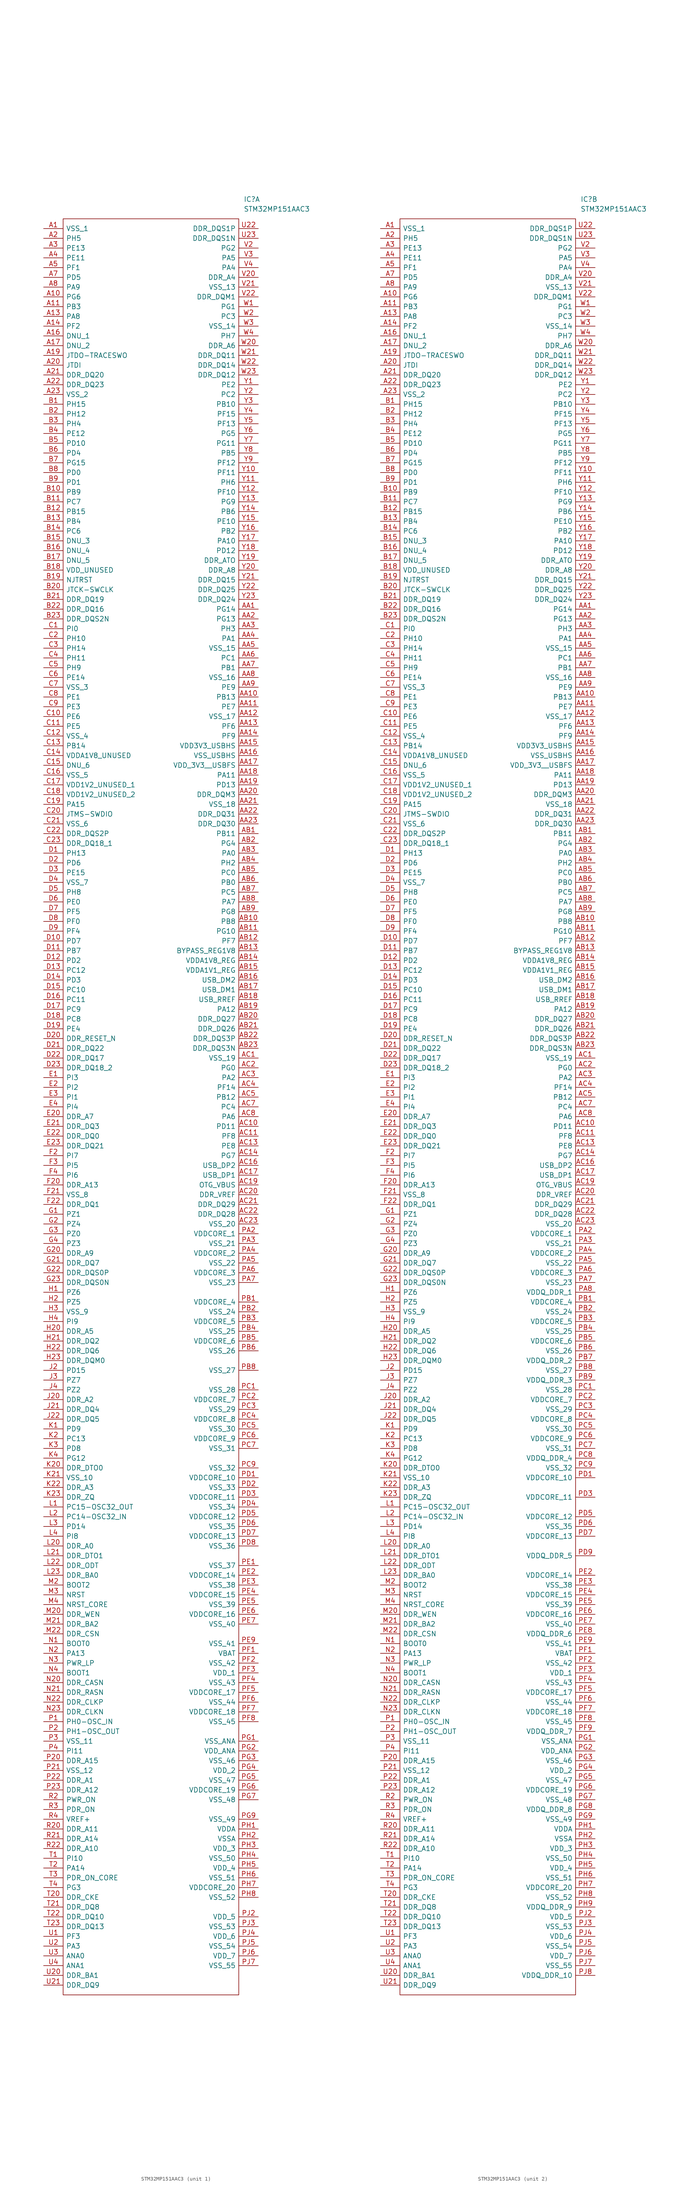
<source format=kicad_sym>
(kicad_symbol_lib
  (version 20211014)
  (generator kicad_symbol_editor)
  (symbol "STM32MP151AAC3"
    (pin_names
      (offset 0.762))
    (property "Reference" "IC"
      (at 52.07 7.62 0)
      (effects (font (size 1.27 1.27)) (justify left)))
    (property "Value" "STM32MP151AAC3"
      (at 52.07 5.08 0)
      (effects (font (size 1.27 1.27)) (justify left)))
    (symbol "STM32MP151AAC3_0_0"
      (pin passive line (at 0 0 0) (length 5.08) (name "VSS_1" (effects (font (size 1.27 1.27)))) (number "A1" (effects (font (size 1.27 1.27)))))
      (pin passive line (at 0 -17.78 0) (length 5.08) (name "PG6" (effects (font (size 1.27 1.27)))) (number "A10" (effects (font (size 1.27 1.27)))))
      (pin passive line (at 0 -20.32 0) (length 5.08) (name "PB3" (effects (font (size 1.27 1.27)))) (number "A11" (effects (font (size 1.27 1.27)))))
      (pin passive line (at 0 -22.86 0) (length 5.08) (name "PA8" (effects (font (size 1.27 1.27)))) (number "A13" (effects (font (size 1.27 1.27)))))
      (pin passive line (at 0 -25.4 0) (length 5.08) (name "PF2" (effects (font (size 1.27 1.27)))) (number "A14" (effects (font (size 1.27 1.27)))))
      (pin passive line (at 0 -27.94 0) (length 5.08) (name "DNU_1" (effects (font (size 1.27 1.27)))) (number "A16" (effects (font (size 1.27 1.27)))))
      (pin passive line (at 0 -30.48 0) (length 5.08) (name "DNU_2" (effects (font (size 1.27 1.27)))) (number "A17" (effects (font (size 1.27 1.27)))))
      (pin passive line (at 0 -33.02 0) (length 5.08) (name "JTDO-TRACESWO" (effects (font (size 1.27 1.27)))) (number "A19" (effects (font (size 1.27 1.27)))))
      (pin passive line (at 0 -2.54 0) (length 5.08) (name "PH5" (effects (font (size 1.27 1.27)))) (number "A2" (effects (font (size 1.27 1.27)))))
      (pin passive line (at 0 -35.56 0) (length 5.08) (name "JTDI" (effects (font (size 1.27 1.27)))) (number "A20" (effects (font (size 1.27 1.27)))))
      (pin passive line (at 0 -38.1 0) (length 5.08) (name "DDR_DQ20" (effects (font (size 1.27 1.27)))) (number "A21" (effects (font (size 1.27 1.27)))))
      (pin passive line (at 0 -40.64 0) (length 5.08) (name "DDR_DQ23" (effects (font (size 1.27 1.27)))) (number "A22" (effects (font (size 1.27 1.27)))))
      (pin passive line (at 0 -43.18 0) (length 5.08) (name "VSS_2" (effects (font (size 1.27 1.27)))) (number "A23" (effects (font (size 1.27 1.27)))))
      (pin passive line (at 0 -5.08 0) (length 5.08) (name "PE13" (effects (font (size 1.27 1.27)))) (number "A3" (effects (font (size 1.27 1.27)))))
      (pin passive line (at 0 -7.62 0) (length 5.08) (name "PE11" (effects (font (size 1.27 1.27)))) (number "A4" (effects (font (size 1.27 1.27)))))
      (pin passive line (at 0 -10.16 0) (length 5.08) (name "PF1" (effects (font (size 1.27 1.27)))) (number "A5" (effects (font (size 1.27 1.27)))))
      (pin passive line (at 0 -12.7 0) (length 5.08) (name "PD5" (effects (font (size 1.27 1.27)))) (number "A7" (effects (font (size 1.27 1.27)))))
      (pin passive line (at 0 -15.24 0) (length 5.08) (name "PA9" (effects (font (size 1.27 1.27)))) (number "A8" (effects (font (size 1.27 1.27)))))
      (pin passive line (at 55.88 -99.06 180) (length 5.08) (name "PG14" (effects (font (size 1.27 1.27)))) (number "AA1" (effects (font (size 1.27 1.27)))))
      (pin passive line (at 55.88 -121.92 180) (length 5.08) (name "PB13" (effects (font (size 1.27 1.27)))) (number "AA10" (effects (font (size 1.27 1.27)))))
      (pin passive line (at 55.88 -124.46 180) (length 5.08) (name "PE7" (effects (font (size 1.27 1.27)))) (number "AA11" (effects (font (size 1.27 1.27)))))
      (pin passive line (at 55.88 -127 180) (length 5.08) (name "VSS_17" (effects (font (size 1.27 1.27)))) (number "AA12" (effects (font (size 1.27 1.27)))))
      (pin passive line (at 55.88 -129.54 180) (length 5.08) (name "PF6" (effects (font (size 1.27 1.27)))) (number "AA13" (effects (font (size 1.27 1.27)))))
      (pin passive line (at 55.88 -132.08 180) (length 5.08) (name "PF9" (effects (font (size 1.27 1.27)))) (number "AA14" (effects (font (size 1.27 1.27)))))
      (pin passive line (at 55.88 -134.62 180) (length 5.08) (name "VDD3V3_USBHS" (effects (font (size 1.27 1.27)))) (number "AA15" (effects (font (size 1.27 1.27)))))
      (pin passive line (at 55.88 -137.16 180) (length 5.08) (name "VSS_USBHS" (effects (font (size 1.27 1.27)))) (number "AA16" (effects (font (size 1.27 1.27)))))
      (pin passive line (at 55.88 -139.7 180) (length 5.08) (name "VDD_3V3__USBFS" (effects (font (size 1.27 1.27)))) (number "AA17" (effects (font (size 1.27 1.27)))))
      (pin passive line (at 55.88 -142.24 180) (length 5.08) (name "PA11" (effects (font (size 1.27 1.27)))) (number "AA18" (effects (font (size 1.27 1.27)))))
      (pin passive line (at 55.88 -144.78 180) (length 5.08) (name "PD13" (effects (font (size 1.27 1.27)))) (number "AA19" (effects (font (size 1.27 1.27)))))
      (pin passive line (at 55.88 -101.6 180) (length 5.08) (name "PG13" (effects (font (size 1.27 1.27)))) (number "AA2" (effects (font (size 1.27 1.27)))))
      (pin passive line (at 55.88 -147.32 180) (length 5.08) (name "DDR_DQM3" (effects (font (size 1.27 1.27)))) (number "AA20" (effects (font (size 1.27 1.27)))))
      (pin passive line (at 55.88 -149.86 180) (length 5.08) (name "VSS_18" (effects (font (size 1.27 1.27)))) (number "AA21" (effects (font (size 1.27 1.27)))))
      (pin passive line (at 55.88 -152.4 180) (length 5.08) (name "DDR_DQ31" (effects (font (size 1.27 1.27)))) (number "AA22" (effects (font (size 1.27 1.27)))))
      (pin passive line (at 55.88 -154.94 180) (length 5.08) (name "DDR_DQ30" (effects (font (size 1.27 1.27)))) (number "AA23" (effects (font (size 1.27 1.27)))))
      (pin passive line (at 55.88 -104.14 180) (length 5.08) (name "PH3" (effects (font (size 1.27 1.27)))) (number "AA3" (effects (font (size 1.27 1.27)))))
      (pin passive line (at 55.88 -106.68 180) (length 5.08) (name "PA1" (effects (font (size 1.27 1.27)))) (number "AA4" (effects (font (size 1.27 1.27)))))
      (pin passive line (at 55.88 -109.22 180) (length 5.08) (name "VSS_15" (effects (font (size 1.27 1.27)))) (number "AA5" (effects (font (size 1.27 1.27)))))
      (pin passive line (at 55.88 -111.76 180) (length 5.08) (name "PC1" (effects (font (size 1.27 1.27)))) (number "AA6" (effects (font (size 1.27 1.27)))))
      (pin passive line (at 55.88 -114.3 180) (length 5.08) (name "PB1" (effects (font (size 1.27 1.27)))) (number "AA7" (effects (font (size 1.27 1.27)))))
      (pin passive line (at 55.88 -116.84 180) (length 5.08) (name "VSS_16" (effects (font (size 1.27 1.27)))) (number "AA8" (effects (font (size 1.27 1.27)))))
      (pin passive line (at 55.88 -119.38 180) (length 5.08) (name "PE9" (effects (font (size 1.27 1.27)))) (number "AA9" (effects (font (size 1.27 1.27)))))
      (pin passive line (at 55.88 -157.48 180) (length 5.08) (name "PB11" (effects (font (size 1.27 1.27)))) (number "AB1" (effects (font (size 1.27 1.27)))))
      (pin passive line (at 55.88 -180.34 180) (length 5.08) (name "PB8" (effects (font (size 1.27 1.27)))) (number "AB10" (effects (font (size 1.27 1.27)))))
      (pin passive line (at 55.88 -182.88 180) (length 5.08) (name "PG10" (effects (font (size 1.27 1.27)))) (number "AB11" (effects (font (size 1.27 1.27)))))
      (pin passive line (at 55.88 -185.42 180) (length 5.08) (name "PF7" (effects (font (size 1.27 1.27)))) (number "AB12" (effects (font (size 1.27 1.27)))))
      (pin passive line (at 55.88 -187.96 180) (length 5.08) (name "BYPASS_REG1V8" (effects (font (size 1.27 1.27)))) (number "AB13" (effects (font (size 1.27 1.27)))))
      (pin passive line (at 55.88 -190.5 180) (length 5.08) (name "VDDA1V8_REG" (effects (font (size 1.27 1.27)))) (number "AB14" (effects (font (size 1.27 1.27)))))
      (pin passive line (at 55.88 -193.04 180) (length 5.08) (name "VDDA1V1_REG" (effects (font (size 1.27 1.27)))) (number "AB15" (effects (font (size 1.27 1.27)))))
      (pin passive line (at 55.88 -195.58 180) (length 5.08) (name "USB_DM2" (effects (font (size 1.27 1.27)))) (number "AB16" (effects (font (size 1.27 1.27)))))
      (pin passive line (at 55.88 -198.12 180) (length 5.08) (name "USB_DM1" (effects (font (size 1.27 1.27)))) (number "AB17" (effects (font (size 1.27 1.27)))))
      (pin passive line (at 55.88 -200.66 180) (length 5.08) (name "USB_RREF" (effects (font (size 1.27 1.27)))) (number "AB18" (effects (font (size 1.27 1.27)))))
      (pin passive line (at 55.88 -203.2 180) (length 5.08) (name "PA12" (effects (font (size 1.27 1.27)))) (number "AB19" (effects (font (size 1.27 1.27)))))
      (pin passive line (at 55.88 -160.02 180) (length 5.08) (name "PG4" (effects (font (size 1.27 1.27)))) (number "AB2" (effects (font (size 1.27 1.27)))))
      (pin passive line (at 55.88 -205.74 180) (length 5.08) (name "DDR_DQ27" (effects (font (size 1.27 1.27)))) (number "AB20" (effects (font (size 1.27 1.27)))))
      (pin passive line (at 55.88 -208.28 180) (length 5.08) (name "DDR_DQ26" (effects (font (size 1.27 1.27)))) (number "AB21" (effects (font (size 1.27 1.27)))))
      (pin passive line (at 55.88 -210.82 180) (length 5.08) (name "DDR_DQS3P" (effects (font (size 1.27 1.27)))) (number "AB22" (effects (font (size 1.27 1.27)))))
      (pin passive line (at 55.88 -213.36 180) (length 5.08) (name "DDR_DQS3N" (effects (font (size 1.27 1.27)))) (number "AB23" (effects (font (size 1.27 1.27)))))
      (pin passive line (at 55.88 -162.56 180) (length 5.08) (name "PA0" (effects (font (size 1.27 1.27)))) (number "AB3" (effects (font (size 1.27 1.27)))))
      (pin passive line (at 55.88 -165.1 180) (length 5.08) (name "PH2" (effects (font (size 1.27 1.27)))) (number "AB4" (effects (font (size 1.27 1.27)))))
      (pin passive line (at 55.88 -167.64 180) (length 5.08) (name "PC0" (effects (font (size 1.27 1.27)))) (number "AB5" (effects (font (size 1.27 1.27)))))
      (pin passive line (at 55.88 -170.18 180) (length 5.08) (name "PB0" (effects (font (size 1.27 1.27)))) (number "AB6" (effects (font (size 1.27 1.27)))))
      (pin passive line (at 55.88 -172.72 180) (length 5.08) (name "PC5" (effects (font (size 1.27 1.27)))) (number "AB7" (effects (font (size 1.27 1.27)))))
      (pin passive line (at 55.88 -175.26 180) (length 5.08) (name "PA7" (effects (font (size 1.27 1.27)))) (number "AB8" (effects (font (size 1.27 1.27)))))
      (pin passive line (at 55.88 -177.8 180) (length 5.08) (name "PG8" (effects (font (size 1.27 1.27)))) (number "AB9" (effects (font (size 1.27 1.27)))))
      (pin passive line (at 55.88 -215.9 180) (length 5.08) (name "VSS_19" (effects (font (size 1.27 1.27)))) (number "AC1" (effects (font (size 1.27 1.27)))))
      (pin passive line (at 55.88 -233.68 180) (length 5.08) (name "PD11" (effects (font (size 1.27 1.27)))) (number "AC10" (effects (font (size 1.27 1.27)))))
      (pin passive line (at 55.88 -236.22 180) (length 5.08) (name "PF8" (effects (font (size 1.27 1.27)))) (number "AC11" (effects (font (size 1.27 1.27)))))
      (pin passive line (at 55.88 -238.76 180) (length 5.08) (name "PE8" (effects (font (size 1.27 1.27)))) (number "AC13" (effects (font (size 1.27 1.27)))))
      (pin passive line (at 55.88 -241.3 180) (length 5.08) (name "PG7" (effects (font (size 1.27 1.27)))) (number "AC14" (effects (font (size 1.27 1.27)))))
      (pin passive line (at 55.88 -243.84 180) (length 5.08) (name "USB_DP2" (effects (font (size 1.27 1.27)))) (number "AC16" (effects (font (size 1.27 1.27)))))
      (pin passive line (at 55.88 -246.38 180) (length 5.08) (name "USB_DP1" (effects (font (size 1.27 1.27)))) (number "AC17" (effects (font (size 1.27 1.27)))))
      (pin passive line (at 55.88 -248.92 180) (length 5.08) (name "OTG_VBUS" (effects (font (size 1.27 1.27)))) (number "AC19" (effects (font (size 1.27 1.27)))))
      (pin passive line (at 55.88 -218.44 180) (length 5.08) (name "PG0" (effects (font (size 1.27 1.27)))) (number "AC2" (effects (font (size 1.27 1.27)))))
      (pin passive line (at 55.88 -251.46 180) (length 5.08) (name "DDR_VREF" (effects (font (size 1.27 1.27)))) (number "AC20" (effects (font (size 1.27 1.27)))))
      (pin passive line (at 55.88 -254 180) (length 5.08) (name "DDR_DQ29" (effects (font (size 1.27 1.27)))) (number "AC21" (effects (font (size 1.27 1.27)))))
      (pin passive line (at 55.88 -256.54 180) (length 5.08) (name "DDR_DQ28" (effects (font (size 1.27 1.27)))) (number "AC22" (effects (font (size 1.27 1.27)))))
      (pin passive line (at 55.88 -259.08 180) (length 5.08) (name "VSS_20" (effects (font (size 1.27 1.27)))) (number "AC23" (effects (font (size 1.27 1.27)))))
      (pin passive line (at 55.88 -220.98 180) (length 5.08) (name "PA2" (effects (font (size 1.27 1.27)))) (number "AC3" (effects (font (size 1.27 1.27)))))
      (pin passive line (at 55.88 -223.52 180) (length 5.08) (name "PF14" (effects (font (size 1.27 1.27)))) (number "AC4" (effects (font (size 1.27 1.27)))))
      (pin passive line (at 55.88 -226.06 180) (length 5.08) (name "PB12" (effects (font (size 1.27 1.27)))) (number "AC5" (effects (font (size 1.27 1.27)))))
      (pin passive line (at 55.88 -228.6 180) (length 5.08) (name "PC4" (effects (font (size 1.27 1.27)))) (number "AC7" (effects (font (size 1.27 1.27)))))
      (pin passive line (at 55.88 -231.14 180) (length 5.08) (name "PA6" (effects (font (size 1.27 1.27)))) (number "AC8" (effects (font (size 1.27 1.27)))))
      (pin passive line (at 0 -45.72 0) (length 5.08) (name "PH15" (effects (font (size 1.27 1.27)))) (number "B1" (effects (font (size 1.27 1.27)))))
      (pin passive line (at 0 -68.58 0) (length 5.08) (name "PB9" (effects (font (size 1.27 1.27)))) (number "B10" (effects (font (size 1.27 1.27)))))
      (pin passive line (at 0 -71.12 0) (length 5.08) (name "PC7" (effects (font (size 1.27 1.27)))) (number "B11" (effects (font (size 1.27 1.27)))))
      (pin passive line (at 0 -73.66 0) (length 5.08) (name "PB15" (effects (font (size 1.27 1.27)))) (number "B12" (effects (font (size 1.27 1.27)))))
      (pin passive line (at 0 -76.2 0) (length 5.08) (name "PB4" (effects (font (size 1.27 1.27)))) (number "B13" (effects (font (size 1.27 1.27)))))
      (pin passive line (at 0 -78.74 0) (length 5.08) (name "PC6" (effects (font (size 1.27 1.27)))) (number "B14" (effects (font (size 1.27 1.27)))))
      (pin passive line (at 0 -81.28 0) (length 5.08) (name "DNU_3" (effects (font (size 1.27 1.27)))) (number "B15" (effects (font (size 1.27 1.27)))))
      (pin passive line (at 0 -83.82 0) (length 5.08) (name "DNU_4" (effects (font (size 1.27 1.27)))) (number "B16" (effects (font (size 1.27 1.27)))))
      (pin passive line (at 0 -86.36 0) (length 5.08) (name "DNU_5" (effects (font (size 1.27 1.27)))) (number "B17" (effects (font (size 1.27 1.27)))))
      (pin passive line (at 0 -88.9 0) (length 5.08) (name "VDD_UNUSED" (effects (font (size 1.27 1.27)))) (number "B18" (effects (font (size 1.27 1.27)))))
      (pin passive line (at 0 -91.44 0) (length 5.08) (name "NJTRST" (effects (font (size 1.27 1.27)))) (number "B19" (effects (font (size 1.27 1.27)))))
      (pin passive line (at 0 -48.26 0) (length 5.08) (name "PH12" (effects (font (size 1.27 1.27)))) (number "B2" (effects (font (size 1.27 1.27)))))
      (pin passive line (at 0 -93.98 0) (length 5.08) (name "JTCK-SWCLK" (effects (font (size 1.27 1.27)))) (number "B20" (effects (font (size 1.27 1.27)))))
      (pin passive line (at 0 -96.52 0) (length 5.08) (name "DDR_DQ19" (effects (font (size 1.27 1.27)))) (number "B21" (effects (font (size 1.27 1.27)))))
      (pin passive line (at 0 -99.06 0) (length 5.08) (name "DDR_DQ16" (effects (font (size 1.27 1.27)))) (number "B22" (effects (font (size 1.27 1.27)))))
      (pin passive line (at 0 -101.6 0) (length 5.08) (name "DDR_DQS2N" (effects (font (size 1.27 1.27)))) (number "B23" (effects (font (size 1.27 1.27)))))
      (pin passive line (at 0 -50.8 0) (length 5.08) (name "PH4" (effects (font (size 1.27 1.27)))) (number "B3" (effects (font (size 1.27 1.27)))))
      (pin passive line (at 0 -53.34 0) (length 5.08) (name "PE12" (effects (font (size 1.27 1.27)))) (number "B4" (effects (font (size 1.27 1.27)))))
      (pin passive line (at 0 -55.88 0) (length 5.08) (name "PD10" (effects (font (size 1.27 1.27)))) (number "B5" (effects (font (size 1.27 1.27)))))
      (pin passive line (at 0 -58.42 0) (length 5.08) (name "PD4" (effects (font (size 1.27 1.27)))) (number "B6" (effects (font (size 1.27 1.27)))))
      (pin passive line (at 0 -60.96 0) (length 5.08) (name "PG15" (effects (font (size 1.27 1.27)))) (number "B7" (effects (font (size 1.27 1.27)))))
      (pin passive line (at 0 -63.5 0) (length 5.08) (name "PD0" (effects (font (size 1.27 1.27)))) (number "B8" (effects (font (size 1.27 1.27)))))
      (pin passive line (at 0 -66.04 0) (length 5.08) (name "PD1" (effects (font (size 1.27 1.27)))) (number "B9" (effects (font (size 1.27 1.27)))))
      (pin passive line (at 0 -104.14 0) (length 5.08) (name "PI0" (effects (font (size 1.27 1.27)))) (number "C1" (effects (font (size 1.27 1.27)))))
      (pin passive line (at 0 -127 0) (length 5.08) (name "PE6" (effects (font (size 1.27 1.27)))) (number "C10" (effects (font (size 1.27 1.27)))))
      (pin passive line (at 0 -129.54 0) (length 5.08) (name "PE5" (effects (font (size 1.27 1.27)))) (number "C11" (effects (font (size 1.27 1.27)))))
      (pin passive line (at 0 -132.08 0) (length 5.08) (name "VSS_4" (effects (font (size 1.27 1.27)))) (number "C12" (effects (font (size 1.27 1.27)))))
      (pin passive line (at 0 -134.62 0) (length 5.08) (name "PB14" (effects (font (size 1.27 1.27)))) (number "C13" (effects (font (size 1.27 1.27)))))
      (pin passive line (at 0 -137.16 0) (length 5.08) (name "VDDA1V8_UNUSED" (effects (font (size 1.27 1.27)))) (number "C14" (effects (font (size 1.27 1.27)))))
      (pin passive line (at 0 -139.7 0) (length 5.08) (name "DNU_6" (effects (font (size 1.27 1.27)))) (number "C15" (effects (font (size 1.27 1.27)))))
      (pin passive line (at 0 -142.24 0) (length 5.08) (name "VSS_5" (effects (font (size 1.27 1.27)))) (number "C16" (effects (font (size 1.27 1.27)))))
      (pin passive line (at 0 -144.78 0) (length 5.08) (name "VDD1V2_UNUSED_1" (effects (font (size 1.27 1.27)))) (number "C17" (effects (font (size 1.27 1.27)))))
      (pin passive line (at 0 -147.32 0) (length 5.08) (name "VDD1V2_UNUSED_2" (effects (font (size 1.27 1.27)))) (number "C18" (effects (font (size 1.27 1.27)))))
      (pin passive line (at 0 -149.86 0) (length 5.08) (name "PA15" (effects (font (size 1.27 1.27)))) (number "C19" (effects (font (size 1.27 1.27)))))
      (pin passive line (at 0 -106.68 0) (length 5.08) (name "PH10" (effects (font (size 1.27 1.27)))) (number "C2" (effects (font (size 1.27 1.27)))))
      (pin passive line (at 0 -152.4 0) (length 5.08) (name "JTMS-SWDIO" (effects (font (size 1.27 1.27)))) (number "C20" (effects (font (size 1.27 1.27)))))
      (pin passive line (at 0 -154.94 0) (length 5.08) (name "VSS_6" (effects (font (size 1.27 1.27)))) (number "C21" (effects (font (size 1.27 1.27)))))
      (pin passive line (at 0 -157.48 0) (length 5.08) (name "DDR_DQS2P" (effects (font (size 1.27 1.27)))) (number "C22" (effects (font (size 1.27 1.27)))))
      (pin passive line (at 0 -160.02 0) (length 5.08) (name "DDR_DQ18_1" (effects (font (size 1.27 1.27)))) (number "C23" (effects (font (size 1.27 1.27)))))
      (pin passive line (at 0 -109.22 0) (length 5.08) (name "PH14" (effects (font (size 1.27 1.27)))) (number "C3" (effects (font (size 1.27 1.27)))))
      (pin passive line (at 0 -111.76 0) (length 5.08) (name "PH11" (effects (font (size 1.27 1.27)))) (number "C4" (effects (font (size 1.27 1.27)))))
      (pin passive line (at 0 -114.3 0) (length 5.08) (name "PH9" (effects (font (size 1.27 1.27)))) (number "C5" (effects (font (size 1.27 1.27)))))
      (pin passive line (at 0 -116.84 0) (length 5.08) (name "PE14" (effects (font (size 1.27 1.27)))) (number "C6" (effects (font (size 1.27 1.27)))))
      (pin passive line (at 0 -119.38 0) (length 5.08) (name "VSS_3" (effects (font (size 1.27 1.27)))) (number "C7" (effects (font (size 1.27 1.27)))))
      (pin passive line (at 0 -121.92 0) (length 5.08) (name "PE1" (effects (font (size 1.27 1.27)))) (number "C8" (effects (font (size 1.27 1.27)))))
      (pin passive line (at 0 -124.46 0) (length 5.08) (name "PE3" (effects (font (size 1.27 1.27)))) (number "C9" (effects (font (size 1.27 1.27)))))
      (pin passive line (at 0 -162.56 0) (length 5.08) (name "PH13" (effects (font (size 1.27 1.27)))) (number "D1" (effects (font (size 1.27 1.27)))))
      (pin passive line (at 0 -185.42 0) (length 5.08) (name "PD7" (effects (font (size 1.27 1.27)))) (number "D10" (effects (font (size 1.27 1.27)))))
      (pin passive line (at 0 -187.96 0) (length 5.08) (name "PB7" (effects (font (size 1.27 1.27)))) (number "D11" (effects (font (size 1.27 1.27)))))
      (pin passive line (at 0 -190.5 0) (length 5.08) (name "PD2" (effects (font (size 1.27 1.27)))) (number "D12" (effects (font (size 1.27 1.27)))))
      (pin passive line (at 0 -193.04 0) (length 5.08) (name "PC12" (effects (font (size 1.27 1.27)))) (number "D13" (effects (font (size 1.27 1.27)))))
      (pin passive line (at 0 -195.58 0) (length 5.08) (name "PD3" (effects (font (size 1.27 1.27)))) (number "D14" (effects (font (size 1.27 1.27)))))
      (pin passive line (at 0 -198.12 0) (length 5.08) (name "PC10" (effects (font (size 1.27 1.27)))) (number "D15" (effects (font (size 1.27 1.27)))))
      (pin passive line (at 0 -200.66 0) (length 5.08) (name "PC11" (effects (font (size 1.27 1.27)))) (number "D16" (effects (font (size 1.27 1.27)))))
      (pin passive line (at 0 -203.2 0) (length 5.08) (name "PC9" (effects (font (size 1.27 1.27)))) (number "D17" (effects (font (size 1.27 1.27)))))
      (pin passive line (at 0 -205.74 0) (length 5.08) (name "PC8" (effects (font (size 1.27 1.27)))) (number "D18" (effects (font (size 1.27 1.27)))))
      (pin passive line (at 0 -208.28 0) (length 5.08) (name "PE4" (effects (font (size 1.27 1.27)))) (number "D19" (effects (font (size 1.27 1.27)))))
      (pin passive line (at 0 -165.1 0) (length 5.08) (name "PD6" (effects (font (size 1.27 1.27)))) (number "D2" (effects (font (size 1.27 1.27)))))
      (pin passive line (at 0 -210.82 0) (length 5.08) (name "DDR_RESET_N" (effects (font (size 1.27 1.27)))) (number "D20" (effects (font (size 1.27 1.27)))))
      (pin passive line (at 0 -213.36 0) (length 5.08) (name "DDR_DQ22" (effects (font (size 1.27 1.27)))) (number "D21" (effects (font (size 1.27 1.27)))))
      (pin passive line (at 0 -215.9 0) (length 5.08) (name "DDR_DQ17" (effects (font (size 1.27 1.27)))) (number "D22" (effects (font (size 1.27 1.27)))))
      (pin passive line (at 0 -218.44 0) (length 5.08) (name "DDR_DQ18_2" (effects (font (size 1.27 1.27)))) (number "D23" (effects (font (size 1.27 1.27)))))
      (pin passive line (at 0 -167.64 0) (length 5.08) (name "PE15" (effects (font (size 1.27 1.27)))) (number "D3" (effects (font (size 1.27 1.27)))))
      (pin passive line (at 0 -170.18 0) (length 5.08) (name "VSS_7" (effects (font (size 1.27 1.27)))) (number "D4" (effects (font (size 1.27 1.27)))))
      (pin passive line (at 0 -172.72 0) (length 5.08) (name "PH8" (effects (font (size 1.27 1.27)))) (number "D5" (effects (font (size 1.27 1.27)))))
      (pin passive line (at 0 -175.26 0) (length 5.08) (name "PE0" (effects (font (size 1.27 1.27)))) (number "D6" (effects (font (size 1.27 1.27)))))
      (pin passive line (at 0 -177.8 0) (length 5.08) (name "PF5" (effects (font (size 1.27 1.27)))) (number "D7" (effects (font (size 1.27 1.27)))))
      (pin passive line (at 0 -180.34 0) (length 5.08) (name "PF0" (effects (font (size 1.27 1.27)))) (number "D8" (effects (font (size 1.27 1.27)))))
      (pin passive line (at 0 -182.88 0) (length 5.08) (name "PF4" (effects (font (size 1.27 1.27)))) (number "D9" (effects (font (size 1.27 1.27)))))
      (pin passive line (at 0 -220.98 0) (length 5.08) (name "PI3" (effects (font (size 1.27 1.27)))) (number "E1" (effects (font (size 1.27 1.27)))))
      (pin passive line (at 0 -223.52 0) (length 5.08) (name "PI2" (effects (font (size 1.27 1.27)))) (number "E2" (effects (font (size 1.27 1.27)))))
      (pin passive line (at 0 -231.14 0) (length 5.08) (name "DDR_A7" (effects (font (size 1.27 1.27)))) (number "E20" (effects (font (size 1.27 1.27)))))
      (pin passive line (at 0 -233.68 0) (length 5.08) (name "DDR_DQ3" (effects (font (size 1.27 1.27)))) (number "E21" (effects (font (size 1.27 1.27)))))
      (pin passive line (at 0 -236.22 0) (length 5.08) (name "DDR_DQ0" (effects (font (size 1.27 1.27)))) (number "E22" (effects (font (size 1.27 1.27)))))
      (pin passive line (at 0 -238.76 0) (length 5.08) (name "DDR_DQ21" (effects (font (size 1.27 1.27)))) (number "E23" (effects (font (size 1.27 1.27)))))
      (pin passive line (at 0 -226.06 0) (length 5.08) (name "PI1" (effects (font (size 1.27 1.27)))) (number "E3" (effects (font (size 1.27 1.27)))))
      (pin passive line (at 0 -228.6 0) (length 5.08) (name "PI4" (effects (font (size 1.27 1.27)))) (number "E4" (effects (font (size 1.27 1.27)))))
      (pin passive line (at 0 -241.3 0) (length 5.08) (name "PI7" (effects (font (size 1.27 1.27)))) (number "F2" (effects (font (size 1.27 1.27)))))
      (pin passive line (at 0 -248.92 0) (length 5.08) (name "DDR_A13" (effects (font (size 1.27 1.27)))) (number "F20" (effects (font (size 1.27 1.27)))))
      (pin passive line (at 0 -251.46 0) (length 5.08) (name "VSS_8" (effects (font (size 1.27 1.27)))) (number "F21" (effects (font (size 1.27 1.27)))))
      (pin passive line (at 0 -254 0) (length 5.08) (name "DDR_DQ1" (effects (font (size 1.27 1.27)))) (number "F22" (effects (font (size 1.27 1.27)))))
      (pin passive line (at 0 -243.84 0) (length 5.08) (name "PI5" (effects (font (size 1.27 1.27)))) (number "F3" (effects (font (size 1.27 1.27)))))
      (pin passive line (at 0 -246.38 0) (length 5.08) (name "PI6" (effects (font (size 1.27 1.27)))) (number "F4" (effects (font (size 1.27 1.27)))))
      (pin passive line (at 0 -256.54 0) (length 5.08) (name "PZ1" (effects (font (size 1.27 1.27)))) (number "G1" (effects (font (size 1.27 1.27)))))
      (pin passive line (at 0 -259.08 0) (length 5.08) (name "PZ4" (effects (font (size 1.27 1.27)))) (number "G2" (effects (font (size 1.27 1.27)))))
      (pin passive line (at 0 -266.7 0) (length 5.08) (name "DDR_A9" (effects (font (size 1.27 1.27)))) (number "G20" (effects (font (size 1.27 1.27)))))
      (pin passive line (at 0 -269.24 0) (length 5.08) (name "DDR_DQ7" (effects (font (size 1.27 1.27)))) (number "G21" (effects (font (size 1.27 1.27)))))
      (pin passive line (at 0 -271.78 0) (length 5.08) (name "DDR_DQS0P" (effects (font (size 1.27 1.27)))) (number "G22" (effects (font (size 1.27 1.27)))))
      (pin passive line (at 0 -274.32 0) (length 5.08) (name "DDR_DQS0N" (effects (font (size 1.27 1.27)))) (number "G23" (effects (font (size 1.27 1.27)))))
      (pin passive line (at 0 -261.62 0) (length 5.08) (name "PZ0" (effects (font (size 1.27 1.27)))) (number "G3" (effects (font (size 1.27 1.27)))))
      (pin passive line (at 0 -264.16 0) (length 5.08) (name "PZ3" (effects (font (size 1.27 1.27)))) (number "G4" (effects (font (size 1.27 1.27)))))
      (pin passive line (at 0 -276.86 0) (length 5.08) (name "PZ6" (effects (font (size 1.27 1.27)))) (number "H1" (effects (font (size 1.27 1.27)))))
      (pin passive line (at 0 -279.4 0) (length 5.08) (name "PZ5" (effects (font (size 1.27 1.27)))) (number "H2" (effects (font (size 1.27 1.27)))))
      (pin passive line (at 0 -287.02 0) (length 5.08) (name "DDR_A5" (effects (font (size 1.27 1.27)))) (number "H20" (effects (font (size 1.27 1.27)))))
      (pin passive line (at 0 -289.56 0) (length 5.08) (name "DDR_DQ2" (effects (font (size 1.27 1.27)))) (number "H21" (effects (font (size 1.27 1.27)))))
      (pin passive line (at 0 -292.1 0) (length 5.08) (name "DDR_DQ6" (effects (font (size 1.27 1.27)))) (number "H22" (effects (font (size 1.27 1.27)))))
      (pin passive line (at 0 -294.64 0) (length 5.08) (name "DDR_DQM0" (effects (font (size 1.27 1.27)))) (number "H23" (effects (font (size 1.27 1.27)))))
      (pin passive line (at 0 -281.94 0) (length 5.08) (name "VSS_9" (effects (font (size 1.27 1.27)))) (number "H3" (effects (font (size 1.27 1.27)))))
      (pin passive line (at 0 -284.48 0) (length 5.08) (name "PI9" (effects (font (size 1.27 1.27)))) (number "H4" (effects (font (size 1.27 1.27)))))
      (pin passive line (at 0 -297.18 0) (length 5.08) (name "PD15" (effects (font (size 1.27 1.27)))) (number "J2" (effects (font (size 1.27 1.27)))))
      (pin passive line (at 0 -304.8 0) (length 5.08) (name "DDR_A2" (effects (font (size 1.27 1.27)))) (number "J20" (effects (font (size 1.27 1.27)))))
      (pin passive line (at 0 -307.34 0) (length 5.08) (name "DDR_DQ4" (effects (font (size 1.27 1.27)))) (number "J21" (effects (font (size 1.27 1.27)))))
      (pin passive line (at 0 -309.88 0) (length 5.08) (name "DDR_DQ5" (effects (font (size 1.27 1.27)))) (number "J22" (effects (font (size 1.27 1.27)))))
      (pin passive line (at 0 -299.72 0) (length 5.08) (name "PZ7" (effects (font (size 1.27 1.27)))) (number "J3" (effects (font (size 1.27 1.27)))))
      (pin passive line (at 0 -302.26 0) (length 5.08) (name "PZ2" (effects (font (size 1.27 1.27)))) (number "J4" (effects (font (size 1.27 1.27)))))
      (pin passive line (at 0 -312.42 0) (length 5.08) (name "PD9" (effects (font (size 1.27 1.27)))) (number "K1" (effects (font (size 1.27 1.27)))))
      (pin passive line (at 0 -314.96 0) (length 5.08) (name "PC13" (effects (font (size 1.27 1.27)))) (number "K2" (effects (font (size 1.27 1.27)))))
      (pin passive line (at 0 -322.58 0) (length 5.08) (name "DDR_DTO0" (effects (font (size 1.27 1.27)))) (number "K20" (effects (font (size 1.27 1.27)))))
      (pin passive line (at 0 -325.12 0) (length 5.08) (name "VSS_10" (effects (font (size 1.27 1.27)))) (number "K21" (effects (font (size 1.27 1.27)))))
      (pin passive line (at 0 -327.66 0) (length 5.08) (name "DDR_A3" (effects (font (size 1.27 1.27)))) (number "K22" (effects (font (size 1.27 1.27)))))
      (pin passive line (at 0 -330.2 0) (length 5.08) (name "DDR_ZQ" (effects (font (size 1.27 1.27)))) (number "K23" (effects (font (size 1.27 1.27)))))
      (pin passive line (at 0 -317.5 0) (length 5.08) (name "PD8" (effects (font (size 1.27 1.27)))) (number "K3" (effects (font (size 1.27 1.27)))))
      (pin passive line (at 0 -320.04 0) (length 5.08) (name "PG12" (effects (font (size 1.27 1.27)))) (number "K4" (effects (font (size 1.27 1.27)))))
      (pin passive line (at 0 -332.74 0) (length 5.08) (name "PC15-OSC32_OUT" (effects (font (size 1.27 1.27)))) (number "L1" (effects (font (size 1.27 1.27)))))
      (pin passive line (at 0 -335.28 0) (length 5.08) (name "PC14-OSC32_IN" (effects (font (size 1.27 1.27)))) (number "L2" (effects (font (size 1.27 1.27)))))
      (pin passive line (at 0 -342.9 0) (length 5.08) (name "DDR_A0" (effects (font (size 1.27 1.27)))) (number "L20" (effects (font (size 1.27 1.27)))))
      (pin passive line (at 0 -345.44 0) (length 5.08) (name "DDR_DTO1" (effects (font (size 1.27 1.27)))) (number "L21" (effects (font (size 1.27 1.27)))))
      (pin passive line (at 0 -347.98 0) (length 5.08) (name "DDR_ODT" (effects (font (size 1.27 1.27)))) (number "L22" (effects (font (size 1.27 1.27)))))
      (pin passive line (at 0 -350.52 0) (length 5.08) (name "DDR_BA0" (effects (font (size 1.27 1.27)))) (number "L23" (effects (font (size 1.27 1.27)))))
      (pin passive line (at 0 -337.82 0) (length 5.08) (name "PD14" (effects (font (size 1.27 1.27)))) (number "L3" (effects (font (size 1.27 1.27)))))
      (pin passive line (at 0 -340.36 0) (length 5.08) (name "PI8" (effects (font (size 1.27 1.27)))) (number "L4" (effects (font (size 1.27 1.27)))))
      (pin passive line (at 0 -353.06 0) (length 5.08) (name "BOOT2" (effects (font (size 1.27 1.27)))) (number "M2" (effects (font (size 1.27 1.27)))))
      (pin passive line (at 0 -360.68 0) (length 5.08) (name "DDR_WEN" (effects (font (size 1.27 1.27)))) (number "M20" (effects (font (size 1.27 1.27)))))
      (pin passive line (at 0 -363.22 0) (length 5.08) (name "DDR_BA2" (effects (font (size 1.27 1.27)))) (number "M21" (effects (font (size 1.27 1.27)))))
      (pin passive line (at 0 -365.76 0) (length 5.08) (name "DDR_CSN" (effects (font (size 1.27 1.27)))) (number "M22" (effects (font (size 1.27 1.27)))))
      (pin passive line (at 0 -355.6 0) (length 5.08) (name "NRST" (effects (font (size 1.27 1.27)))) (number "M3" (effects (font (size 1.27 1.27)))))
      (pin passive line (at 0 -358.14 0) (length 5.08) (name "NRST_CORE" (effects (font (size 1.27 1.27)))) (number "M4" (effects (font (size 1.27 1.27)))))
      (pin passive line (at 0 -368.3 0) (length 5.08) (name "BOOT0" (effects (font (size 1.27 1.27)))) (number "N1" (effects (font (size 1.27 1.27)))))
      (pin passive line (at 0 -370.84 0) (length 5.08) (name "PA13" (effects (font (size 1.27 1.27)))) (number "N2" (effects (font (size 1.27 1.27)))))
      (pin passive line (at 0 -378.46 0) (length 5.08) (name "DDR_CASN" (effects (font (size 1.27 1.27)))) (number "N20" (effects (font (size 1.27 1.27)))))
      (pin passive line (at 0 -381 0) (length 5.08) (name "DDR_RASN" (effects (font (size 1.27 1.27)))) (number "N21" (effects (font (size 1.27 1.27)))))
      (pin passive line (at 0 -383.54 0) (length 5.08) (name "DDR_CLKP" (effects (font (size 1.27 1.27)))) (number "N22" (effects (font (size 1.27 1.27)))))
      (pin passive line (at 0 -386.08 0) (length 5.08) (name "DDR_CLKN" (effects (font (size 1.27 1.27)))) (number "N23" (effects (font (size 1.27 1.27)))))
      (pin passive line (at 0 -373.38 0) (length 5.08) (name "PWR_LP" (effects (font (size 1.27 1.27)))) (number "N3" (effects (font (size 1.27 1.27)))))
      (pin passive line (at 0 -375.92 0) (length 5.08) (name "BOOT1" (effects (font (size 1.27 1.27)))) (number "N4" (effects (font (size 1.27 1.27)))))
      (pin passive line (at 0 -388.62 0) (length 5.08) (name "PH0-OSC_IN" (effects (font (size 1.27 1.27)))) (number "P1" (effects (font (size 1.27 1.27)))))
      (pin passive line (at 0 -391.16 0) (length 5.08) (name "PH1-OSC_OUT" (effects (font (size 1.27 1.27)))) (number "P2" (effects (font (size 1.27 1.27)))))
      (pin passive line (at 0 -398.78 0) (length 5.08) (name "DDR_A15" (effects (font (size 1.27 1.27)))) (number "P20" (effects (font (size 1.27 1.27)))))
      (pin passive line (at 0 -401.32 0) (length 5.08) (name "VSS_12" (effects (font (size 1.27 1.27)))) (number "P21" (effects (font (size 1.27 1.27)))))
      (pin passive line (at 0 -403.86 0) (length 5.08) (name "DDR_A1" (effects (font (size 1.27 1.27)))) (number "P22" (effects (font (size 1.27 1.27)))))
      (pin passive line (at 0 -406.4 0) (length 5.08) (name "DDR_A12" (effects (font (size 1.27 1.27)))) (number "P23" (effects (font (size 1.27 1.27)))))
      (pin passive line (at 0 -393.7 0) (length 5.08) (name "VSS_11" (effects (font (size 1.27 1.27)))) (number "P3" (effects (font (size 1.27 1.27)))))
      (pin passive line (at 0 -396.24 0) (length 5.08) (name "PI11" (effects (font (size 1.27 1.27)))) (number "P4" (effects (font (size 1.27 1.27)))))
      (pin passive line (at 55.88 -261.62 180) (length 5.08) (name "VDDCORE_1" (effects (font (size 1.27 1.27)))) (number "PA2" (effects (font (size 1.27 1.27)))))
      (pin passive line (at 55.88 -264.16 180) (length 5.08) (name "VSS_21" (effects (font (size 1.27 1.27)))) (number "PA3" (effects (font (size 1.27 1.27)))))
      (pin passive line (at 55.88 -266.7 180) (length 5.08) (name "VDDCORE_2" (effects (font (size 1.27 1.27)))) (number "PA4" (effects (font (size 1.27 1.27)))))
      (pin passive line (at 55.88 -269.24 180) (length 5.08) (name "VSS_22" (effects (font (size 1.27 1.27)))) (number "PA5" (effects (font (size 1.27 1.27)))))
      (pin passive line (at 55.88 -271.78 180) (length 5.08) (name "VDDCORE_3" (effects (font (size 1.27 1.27)))) (number "PA6" (effects (font (size 1.27 1.27)))))
      (pin passive line (at 55.88 -274.32 180) (length 5.08) (name "VSS_23" (effects (font (size 1.27 1.27)))) (number "PA7" (effects (font (size 1.27 1.27)))))
      (pin passive line (at 55.88 -279.4 180) (length 5.08) (name "VDDCORE_4" (effects (font (size 1.27 1.27)))) (number "PB1" (effects (font (size 1.27 1.27)))))
      (pin passive line (at 55.88 -281.94 180) (length 5.08) (name "VSS_24" (effects (font (size 1.27 1.27)))) (number "PB2" (effects (font (size 1.27 1.27)))))
      (pin passive line (at 55.88 -284.48 180) (length 5.08) (name "VDDCORE_5" (effects (font (size 1.27 1.27)))) (number "PB3" (effects (font (size 1.27 1.27)))))
      (pin passive line (at 55.88 -287.02 180) (length 5.08) (name "VSS_25" (effects (font (size 1.27 1.27)))) (number "PB4" (effects (font (size 1.27 1.27)))))
      (pin passive line (at 55.88 -289.56 180) (length 5.08) (name "VDDCORE_6" (effects (font (size 1.27 1.27)))) (number "PB5" (effects (font (size 1.27 1.27)))))
      (pin passive line (at 55.88 -292.1 180) (length 5.08) (name "VSS_26" (effects (font (size 1.27 1.27)))) (number "PB6" (effects (font (size 1.27 1.27)))))
      (pin passive line (at 55.88 -297.18 180) (length 5.08) (name "VSS_27" (effects (font (size 1.27 1.27)))) (number "PB8" (effects (font (size 1.27 1.27)))))
      (pin passive line (at 55.88 -302.26 180) (length 5.08) (name "VSS_28" (effects (font (size 1.27 1.27)))) (number "PC1" (effects (font (size 1.27 1.27)))))
      (pin passive line (at 55.88 -304.8 180) (length 5.08) (name "VDDCORE_7" (effects (font (size 1.27 1.27)))) (number "PC2" (effects (font (size 1.27 1.27)))))
      (pin passive line (at 55.88 -307.34 180) (length 5.08) (name "VSS_29" (effects (font (size 1.27 1.27)))) (number "PC3" (effects (font (size 1.27 1.27)))))
      (pin passive line (at 55.88 -309.88 180) (length 5.08) (name "VDDCORE_8" (effects (font (size 1.27 1.27)))) (number "PC4" (effects (font (size 1.27 1.27)))))
      (pin passive line (at 55.88 -312.42 180) (length 5.08) (name "VSS_30" (effects (font (size 1.27 1.27)))) (number "PC5" (effects (font (size 1.27 1.27)))))
      (pin passive line (at 55.88 -314.96 180) (length 5.08) (name "VDDCORE_9" (effects (font (size 1.27 1.27)))) (number "PC6" (effects (font (size 1.27 1.27)))))
      (pin passive line (at 55.88 -317.5 180) (length 5.08) (name "VSS_31" (effects (font (size 1.27 1.27)))) (number "PC7" (effects (font (size 1.27 1.27)))))
      (pin passive line (at 55.88 -322.58 180) (length 5.08) (name "VSS_32" (effects (font (size 1.27 1.27)))) (number "PC9" (effects (font (size 1.27 1.27)))))
      (pin passive line (at 55.88 -325.12 180) (length 5.08) (name "VDDCORE_10" (effects (font (size 1.27 1.27)))) (number "PD1" (effects (font (size 1.27 1.27)))))
      (pin passive line (at 55.88 -330.2 180) (length 5.08) (name "VDDCORE_11" (effects (font (size 1.27 1.27)))) (number "PD3" (effects (font (size 1.27 1.27)))))
      (pin passive line (at 55.88 -335.28 180) (length 5.08) (name "VDDCORE_12" (effects (font (size 1.27 1.27)))) (number "PD5" (effects (font (size 1.27 1.27)))))
      (pin passive line (at 55.88 -337.82 180) (length 5.08) (name "VSS_35" (effects (font (size 1.27 1.27)))) (number "PD6" (effects (font (size 1.27 1.27)))))
      (pin passive line (at 55.88 -340.36 180) (length 5.08) (name "VDDCORE_13" (effects (font (size 1.27 1.27)))) (number "PD7" (effects (font (size 1.27 1.27)))))
      (pin passive line (at 55.88 -350.52 180) (length 5.08) (name "VDDCORE_14" (effects (font (size 1.27 1.27)))) (number "PE2" (effects (font (size 1.27 1.27)))))
      (pin passive line (at 55.88 -353.06 180) (length 5.08) (name "VSS_38" (effects (font (size 1.27 1.27)))) (number "PE3" (effects (font (size 1.27 1.27)))))
      (pin passive line (at 55.88 -355.6 180) (length 5.08) (name "VDDCORE_15" (effects (font (size 1.27 1.27)))) (number "PE4" (effects (font (size 1.27 1.27)))))
      (pin passive line (at 55.88 -358.14 180) (length 5.08) (name "VSS_39" (effects (font (size 1.27 1.27)))) (number "PE5" (effects (font (size 1.27 1.27)))))
      (pin passive line (at 55.88 -360.68 180) (length 5.08) (name "VDDCORE_16" (effects (font (size 1.27 1.27)))) (number "PE6" (effects (font (size 1.27 1.27)))))
      (pin passive line (at 55.88 -363.22 180) (length 5.08) (name "VSS_40" (effects (font (size 1.27 1.27)))) (number "PE7" (effects (font (size 1.27 1.27)))))
      (pin passive line (at 55.88 -368.3 180) (length 5.08) (name "VSS_41" (effects (font (size 1.27 1.27)))) (number "PE9" (effects (font (size 1.27 1.27)))))
      (pin passive line (at 55.88 -370.84 180) (length 5.08) (name "VBAT" (effects (font (size 1.27 1.27)))) (number "PF1" (effects (font (size 1.27 1.27)))))
      (pin passive line (at 55.88 -373.38 180) (length 5.08) (name "VSS_42" (effects (font (size 1.27 1.27)))) (number "PF2" (effects (font (size 1.27 1.27)))))
      (pin passive line (at 55.88 -375.92 180) (length 5.08) (name "VDD_1" (effects (font (size 1.27 1.27)))) (number "PF3" (effects (font (size 1.27 1.27)))))
      (pin passive line (at 55.88 -378.46 180) (length 5.08) (name "VSS_43" (effects (font (size 1.27 1.27)))) (number "PF4" (effects (font (size 1.27 1.27)))))
      (pin passive line (at 55.88 -381 180) (length 5.08) (name "VDDCORE_17" (effects (font (size 1.27 1.27)))) (number "PF5" (effects (font (size 1.27 1.27)))))
      (pin passive line (at 55.88 -383.54 180) (length 5.08) (name "VSS_44" (effects (font (size 1.27 1.27)))) (number "PF6" (effects (font (size 1.27 1.27)))))
      (pin passive line (at 55.88 -386.08 180) (length 5.08) (name "VDDCORE_18" (effects (font (size 1.27 1.27)))) (number "PF7" (effects (font (size 1.27 1.27)))))
      (pin passive line (at 55.88 -388.62 180) (length 5.08) (name "VSS_45" (effects (font (size 1.27 1.27)))) (number "PF8" (effects (font (size 1.27 1.27)))))
      (pin passive line (at 55.88 -393.7 180) (length 5.08) (name "VSS_ANA" (effects (font (size 1.27 1.27)))) (number "PG1" (effects (font (size 1.27 1.27)))))
      (pin passive line (at 55.88 -396.24 180) (length 5.08) (name "VDD_ANA" (effects (font (size 1.27 1.27)))) (number "PG2" (effects (font (size 1.27 1.27)))))
      (pin passive line (at 55.88 -398.78 180) (length 5.08) (name "VSS_46" (effects (font (size 1.27 1.27)))) (number "PG3" (effects (font (size 1.27 1.27)))))
      (pin passive line (at 55.88 -401.32 180) (length 5.08) (name "VDD_2" (effects (font (size 1.27 1.27)))) (number "PG4" (effects (font (size 1.27 1.27)))))
      (pin passive line (at 55.88 -403.86 180) (length 5.08) (name "VSS_47" (effects (font (size 1.27 1.27)))) (number "PG5" (effects (font (size 1.27 1.27)))))
      (pin passive line (at 55.88 -406.4 180) (length 5.08) (name "VDDCORE_19" (effects (font (size 1.27 1.27)))) (number "PG6" (effects (font (size 1.27 1.27)))))
      (pin passive line (at 55.88 -408.94 180) (length 5.08) (name "VSS_48" (effects (font (size 1.27 1.27)))) (number "PG7" (effects (font (size 1.27 1.27)))))
      (pin passive line (at 55.88 -414.02 180) (length 5.08) (name "VSS_49" (effects (font (size 1.27 1.27)))) (number "PG9" (effects (font (size 1.27 1.27)))))
      (pin passive line (at 55.88 -416.56 180) (length 5.08) (name "VDDA" (effects (font (size 1.27 1.27)))) (number "PH1" (effects (font (size 1.27 1.27)))))
      (pin passive line (at 55.88 -419.1 180) (length 5.08) (name "VSSA" (effects (font (size 1.27 1.27)))) (number "PH2" (effects (font (size 1.27 1.27)))))
      (pin passive line (at 55.88 -421.64 180) (length 5.08) (name "VDD_3" (effects (font (size 1.27 1.27)))) (number "PH3" (effects (font (size 1.27 1.27)))))
      (pin passive line (at 55.88 -424.18 180) (length 5.08) (name "VSS_50" (effects (font (size 1.27 1.27)))) (number "PH4" (effects (font (size 1.27 1.27)))))
      (pin passive line (at 55.88 -426.72 180) (length 5.08) (name "VDD_4" (effects (font (size 1.27 1.27)))) (number "PH5" (effects (font (size 1.27 1.27)))))
      (pin passive line (at 55.88 -429.26 180) (length 5.08) (name "VSS_51" (effects (font (size 1.27 1.27)))) (number "PH6" (effects (font (size 1.27 1.27)))))
      (pin passive line (at 55.88 -431.8 180) (length 5.08) (name "VDDCORE_20" (effects (font (size 1.27 1.27)))) (number "PH7" (effects (font (size 1.27 1.27)))))
      (pin passive line (at 55.88 -434.34 180) (length 5.08) (name "VSS_52" (effects (font (size 1.27 1.27)))) (number "PH8" (effects (font (size 1.27 1.27)))))
      (pin passive line (at 55.88 -439.42 180) (length 5.08) (name "VDD_5" (effects (font (size 1.27 1.27)))) (number "PJ2" (effects (font (size 1.27 1.27)))))
      (pin passive line (at 55.88 -441.96 180) (length 5.08) (name "VSS_53" (effects (font (size 1.27 1.27)))) (number "PJ3" (effects (font (size 1.27 1.27)))))
      (pin passive line (at 55.88 -444.5 180) (length 5.08) (name "VDD_6" (effects (font (size 1.27 1.27)))) (number "PJ4" (effects (font (size 1.27 1.27)))))
      (pin passive line (at 55.88 -447.04 180) (length 5.08) (name "VSS_54" (effects (font (size 1.27 1.27)))) (number "PJ5" (effects (font (size 1.27 1.27)))))
      (pin passive line (at 55.88 -449.58 180) (length 5.08) (name "VDD_7" (effects (font (size 1.27 1.27)))) (number "PJ6" (effects (font (size 1.27 1.27)))))
      (pin passive line (at 55.88 -452.12 180) (length 5.08) (name "VSS_55" (effects (font (size 1.27 1.27)))) (number "PJ7" (effects (font (size 1.27 1.27)))))
      (pin passive line (at 0 -408.94 0) (length 5.08) (name "PWR_ON" (effects (font (size 1.27 1.27)))) (number "R2" (effects (font (size 1.27 1.27)))))
      (pin passive line (at 0 -416.56 0) (length 5.08) (name "DDR_A11" (effects (font (size 1.27 1.27)))) (number "R20" (effects (font (size 1.27 1.27)))))
      (pin passive line (at 0 -419.1 0) (length 5.08) (name "DDR_A14" (effects (font (size 1.27 1.27)))) (number "R21" (effects (font (size 1.27 1.27)))))
      (pin passive line (at 0 -421.64 0) (length 5.08) (name "DDR_A10" (effects (font (size 1.27 1.27)))) (number "R22" (effects (font (size 1.27 1.27)))))
      (pin passive line (at 0 -411.48 0) (length 5.08) (name "PDR_ON" (effects (font (size 1.27 1.27)))) (number "R3" (effects (font (size 1.27 1.27)))))
      (pin passive line (at 0 -414.02 0) (length 5.08) (name "VREF+" (effects (font (size 1.27 1.27)))) (number "R4" (effects (font (size 1.27 1.27)))))
      (pin passive line (at 0 -424.18 0) (length 5.08) (name "PI10" (effects (font (size 1.27 1.27)))) (number "T1" (effects (font (size 1.27 1.27)))))
      (pin passive line (at 0 -426.72 0) (length 5.08) (name "PA14" (effects (font (size 1.27 1.27)))) (number "T2" (effects (font (size 1.27 1.27)))))
      (pin passive line (at 0 -434.34 0) (length 5.08) (name "DDR_CKE" (effects (font (size 1.27 1.27)))) (number "T20" (effects (font (size 1.27 1.27)))))
      (pin passive line (at 0 -436.88 0) (length 5.08) (name "DDR_DQ8" (effects (font (size 1.27 1.27)))) (number "T21" (effects (font (size 1.27 1.27)))))
      (pin passive line (at 0 -439.42 0) (length 5.08) (name "DDR_DQ10" (effects (font (size 1.27 1.27)))) (number "T22" (effects (font (size 1.27 1.27)))))
      (pin passive line (at 0 -441.96 0) (length 5.08) (name "DDR_DQ13" (effects (font (size 1.27 1.27)))) (number "T23" (effects (font (size 1.27 1.27)))))
      (pin passive line (at 0 -429.26 0) (length 5.08) (name "PDR_ON_CORE" (effects (font (size 1.27 1.27)))) (number "T3" (effects (font (size 1.27 1.27)))))
      (pin passive line (at 0 -431.8 0) (length 5.08) (name "PG3" (effects (font (size 1.27 1.27)))) (number "T4" (effects (font (size 1.27 1.27)))))
      (pin passive line (at 0 -444.5 0) (length 5.08) (name "PF3" (effects (font (size 1.27 1.27)))) (number "U1" (effects (font (size 1.27 1.27)))))
      (pin passive line (at 0 -447.04 0) (length 5.08) (name "PA3" (effects (font (size 1.27 1.27)))) (number "U2" (effects (font (size 1.27 1.27)))))
      (pin passive line (at 0 -454.66 0) (length 5.08) (name "DDR_BA1" (effects (font (size 1.27 1.27)))) (number "U20" (effects (font (size 1.27 1.27)))))
      (pin passive line (at 0 -457.2 0) (length 5.08) (name "DDR_DQ9" (effects (font (size 1.27 1.27)))) (number "U21" (effects (font (size 1.27 1.27)))))
      (pin passive line (at 55.88 0 180) (length 5.08) (name "DDR_DQS1P" (effects (font (size 1.27 1.27)))) (number "U22" (effects (font (size 1.27 1.27)))))
      (pin passive line (at 55.88 -2.54 180) (length 5.08) (name "DDR_DQS1N" (effects (font (size 1.27 1.27)))) (number "U23" (effects (font (size 1.27 1.27)))))
      (pin passive line (at 0 -449.58 0) (length 5.08) (name "ANA0" (effects (font (size 1.27 1.27)))) (number "U3" (effects (font (size 1.27 1.27)))))
      (pin passive line (at 0 -452.12 0) (length 5.08) (name "ANA1" (effects (font (size 1.27 1.27)))) (number "U4" (effects (font (size 1.27 1.27)))))
      (pin passive line (at 55.88 -5.08 180) (length 5.08) (name "PG2" (effects (font (size 1.27 1.27)))) (number "V2" (effects (font (size 1.27 1.27)))))
      (pin passive line (at 55.88 -12.7 180) (length 5.08) (name "DDR_A4" (effects (font (size 1.27 1.27)))) (number "V20" (effects (font (size 1.27 1.27)))))
      (pin passive line (at 55.88 -15.24 180) (length 5.08) (name "VSS_13" (effects (font (size 1.27 1.27)))) (number "V21" (effects (font (size 1.27 1.27)))))
      (pin passive line (at 55.88 -17.78 180) (length 5.08) (name "DDR_DQM1" (effects (font (size 1.27 1.27)))) (number "V22" (effects (font (size 1.27 1.27)))))
      (pin passive line (at 55.88 -7.62 180) (length 5.08) (name "PA5" (effects (font (size 1.27 1.27)))) (number "V3" (effects (font (size 1.27 1.27)))))
      (pin passive line (at 55.88 -10.16 180) (length 5.08) (name "PA4" (effects (font (size 1.27 1.27)))) (number "V4" (effects (font (size 1.27 1.27)))))
      (pin passive line (at 55.88 -20.32 180) (length 5.08) (name "PG1" (effects (font (size 1.27 1.27)))) (number "W1" (effects (font (size 1.27 1.27)))))
      (pin passive line (at 55.88 -22.86 180) (length 5.08) (name "PC3" (effects (font (size 1.27 1.27)))) (number "W2" (effects (font (size 1.27 1.27)))))
      (pin passive line (at 55.88 -30.48 180) (length 5.08) (name "DDR_A6" (effects (font (size 1.27 1.27)))) (number "W20" (effects (font (size 1.27 1.27)))))
      (pin passive line (at 55.88 -33.02 180) (length 5.08) (name "DDR_DQ11" (effects (font (size 1.27 1.27)))) (number "W21" (effects (font (size 1.27 1.27)))))
      (pin passive line (at 55.88 -35.56 180) (length 5.08) (name "DDR_DQ14" (effects (font (size 1.27 1.27)))) (number "W22" (effects (font (size 1.27 1.27)))))
      (pin passive line (at 55.88 -38.1 180) (length 5.08) (name "DDR_DQ12" (effects (font (size 1.27 1.27)))) (number "W23" (effects (font (size 1.27 1.27)))))
      (pin passive line (at 55.88 -25.4 180) (length 5.08) (name "VSS_14" (effects (font (size 1.27 1.27)))) (number "W3" (effects (font (size 1.27 1.27)))))
      (pin passive line (at 55.88 -27.94 180) (length 5.08) (name "PH7" (effects (font (size 1.27 1.27)))) (number "W4" (effects (font (size 1.27 1.27)))))
      (pin passive line (at 55.88 -40.64 180) (length 5.08) (name "PE2" (effects (font (size 1.27 1.27)))) (number "Y1" (effects (font (size 1.27 1.27)))))
      (pin passive line (at 55.88 -63.5 180) (length 5.08) (name "PF11" (effects (font (size 1.27 1.27)))) (number "Y10" (effects (font (size 1.27 1.27)))))
      (pin passive line (at 55.88 -66.04 180) (length 5.08) (name "PH6" (effects (font (size 1.27 1.27)))) (number "Y11" (effects (font (size 1.27 1.27)))))
      (pin passive line (at 55.88 -68.58 180) (length 5.08) (name "PF10" (effects (font (size 1.27 1.27)))) (number "Y12" (effects (font (size 1.27 1.27)))))
      (pin passive line (at 55.88 -71.12 180) (length 5.08) (name "PG9" (effects (font (size 1.27 1.27)))) (number "Y13" (effects (font (size 1.27 1.27)))))
      (pin passive line (at 55.88 -73.66 180) (length 5.08) (name "PB6" (effects (font (size 1.27 1.27)))) (number "Y14" (effects (font (size 1.27 1.27)))))
      (pin passive line (at 55.88 -76.2 180) (length 5.08) (name "PE10" (effects (font (size 1.27 1.27)))) (number "Y15" (effects (font (size 1.27 1.27)))))
      (pin passive line (at 55.88 -78.74 180) (length 5.08) (name "PB2" (effects (font (size 1.27 1.27)))) (number "Y16" (effects (font (size 1.27 1.27)))))
      (pin passive line (at 55.88 -81.28 180) (length 5.08) (name "PA10" (effects (font (size 1.27 1.27)))) (number "Y17" (effects (font (size 1.27 1.27)))))
      (pin passive line (at 55.88 -83.82 180) (length 5.08) (name "PD12" (effects (font (size 1.27 1.27)))) (number "Y18" (effects (font (size 1.27 1.27)))))
      (pin passive line (at 55.88 -86.36 180) (length 5.08) (name "DDR_ATO" (effects (font (size 1.27 1.27)))) (number "Y19" (effects (font (size 1.27 1.27)))))
      (pin passive line (at 55.88 -43.18 180) (length 5.08) (name "PC2" (effects (font (size 1.27 1.27)))) (number "Y2" (effects (font (size 1.27 1.27)))))
      (pin passive line (at 55.88 -88.9 180) (length 5.08) (name "DDR_A8" (effects (font (size 1.27 1.27)))) (number "Y20" (effects (font (size 1.27 1.27)))))
      (pin passive line (at 55.88 -91.44 180) (length 5.08) (name "DDR_DQ15" (effects (font (size 1.27 1.27)))) (number "Y21" (effects (font (size 1.27 1.27)))))
      (pin passive line (at 55.88 -93.98 180) (length 5.08) (name "DDR_DQ25" (effects (font (size 1.27 1.27)))) (number "Y22" (effects (font (size 1.27 1.27)))))
      (pin passive line (at 55.88 -96.52 180) (length 5.08) (name "DDR_DQ24" (effects (font (size 1.27 1.27)))) (number "Y23" (effects (font (size 1.27 1.27)))))
      (pin passive line (at 55.88 -45.72 180) (length 5.08) (name "PB10" (effects (font (size 1.27 1.27)))) (number "Y3" (effects (font (size 1.27 1.27)))))
      (pin passive line (at 55.88 -48.26 180) (length 5.08) (name "PF15" (effects (font (size 1.27 1.27)))) (number "Y4" (effects (font (size 1.27 1.27)))))
      (pin passive line (at 55.88 -50.8 180) (length 5.08) (name "PF13" (effects (font (size 1.27 1.27)))) (number "Y5" (effects (font (size 1.27 1.27)))))
      (pin passive line (at 55.88 -53.34 180) (length 5.08) (name "PG5" (effects (font (size 1.27 1.27)))) (number "Y6" (effects (font (size 1.27 1.27)))))
      (pin passive line (at 55.88 -55.88 180) (length 5.08) (name "PG11" (effects (font (size 1.27 1.27)))) (number "Y7" (effects (font (size 1.27 1.27)))))
      (pin passive line (at 55.88 -58.42 180) (length 5.08) (name "PB5" (effects (font (size 1.27 1.27)))) (number "Y8" (effects (font (size 1.27 1.27)))))
      (pin passive line (at 55.88 -60.96 180) (length 5.08) (name "PF12" (effects (font (size 1.27 1.27)))) (number "Y9" (effects (font (size 1.27 1.27))))))
    (symbol "STM32MP151AAC3_0_1"
      (polyline (pts (xy 5.08 2.54) (xy 50.8 2.54) (xy 50.8 -459.74) (xy 5.08 -459.74) (xy 5.08 2.54)) (stroke (width 0.152) (type default) (color 0 0 0 0)) (fill (type none))))
    (symbol "STM32MP151AAC3_1_0"
      (pin passive line (at 55.88 -327.66 180) (length 5.08) (name "VSS_33" (effects (font (size 1.27 1.27)))) (number "PD2" (effects (font (size 1.27 1.27)))))
      (pin passive line (at 55.88 -332.74 180) (length 5.08) (name "VSS_34" (effects (font (size 1.27 1.27)))) (number "PD4" (effects (font (size 1.27 1.27)))))
      (pin passive line (at 55.88 -342.9 180) (length 5.08) (name "VSS_36" (effects (font (size 1.27 1.27)))) (number "PD8" (effects (font (size 1.27 1.27)))))
      (pin passive line (at 55.88 -347.98 180) (length 5.08) (name "VSS_37" (effects (font (size 1.27 1.27)))) (number "PE1" (effects (font (size 1.27 1.27))))))
    (symbol "STM32MP151AAC3_2_0"
      (pin passive line (at 55.88 -276.86 180) (length 5.08) (name "VDDQ_DDR_1" (effects (font (size 1.27 1.27)))) (number "PA8" (effects (font (size 1.27 1.27)))))
      (pin passive line (at 55.88 -294.64 180) (length 5.08) (name "VDDQ_DDR_2" (effects (font (size 1.27 1.27)))) (number "PB7" (effects (font (size 1.27 1.27)))))
      (pin passive line (at 55.88 -299.72 180) (length 5.08) (name "VDDQ_DDR_3" (effects (font (size 1.27 1.27)))) (number "PB9" (effects (font (size 1.27 1.27)))))
      (pin passive line (at 55.88 -320.04 180) (length 5.08) (name "VDDQ_DDR_4" (effects (font (size 1.27 1.27)))) (number "PC8" (effects (font (size 1.27 1.27)))))
      (pin passive line (at 55.88 -345.44 180) (length 5.08) (name "VDDQ_DDR_5" (effects (font (size 1.27 1.27)))) (number "PD9" (effects (font (size 1.27 1.27)))))
      (pin passive line (at 55.88 -365.76 180) (length 5.08) (name "VDDQ_DDR_6" (effects (font (size 1.27 1.27)))) (number "PE8" (effects (font (size 1.27 1.27)))))
      (pin passive line (at 55.88 -391.16 180) (length 5.08) (name "VDDQ_DDR_7" (effects (font (size 1.27 1.27)))) (number "PF9" (effects (font (size 1.27 1.27)))))
      (pin passive line (at 55.88 -411.48 180) (length 5.08) (name "VDDQ_DDR_8" (effects (font (size 1.27 1.27)))) (number "PG8" (effects (font (size 1.27 1.27)))))
      (pin passive line (at 55.88 -436.88 180) (length 5.08) (name "VDDQ_DDR_9" (effects (font (size 1.27 1.27)))) (number "PH9" (effects (font (size 1.27 1.27)))))
      (pin passive line (at 55.88 -454.66 180) (length 5.08) (name "VDDQ_DDR_10" (effects (font (size 1.27 1.27)))) (number "PJ8" (effects (font (size 1.27 1.27))))))))
</source>
